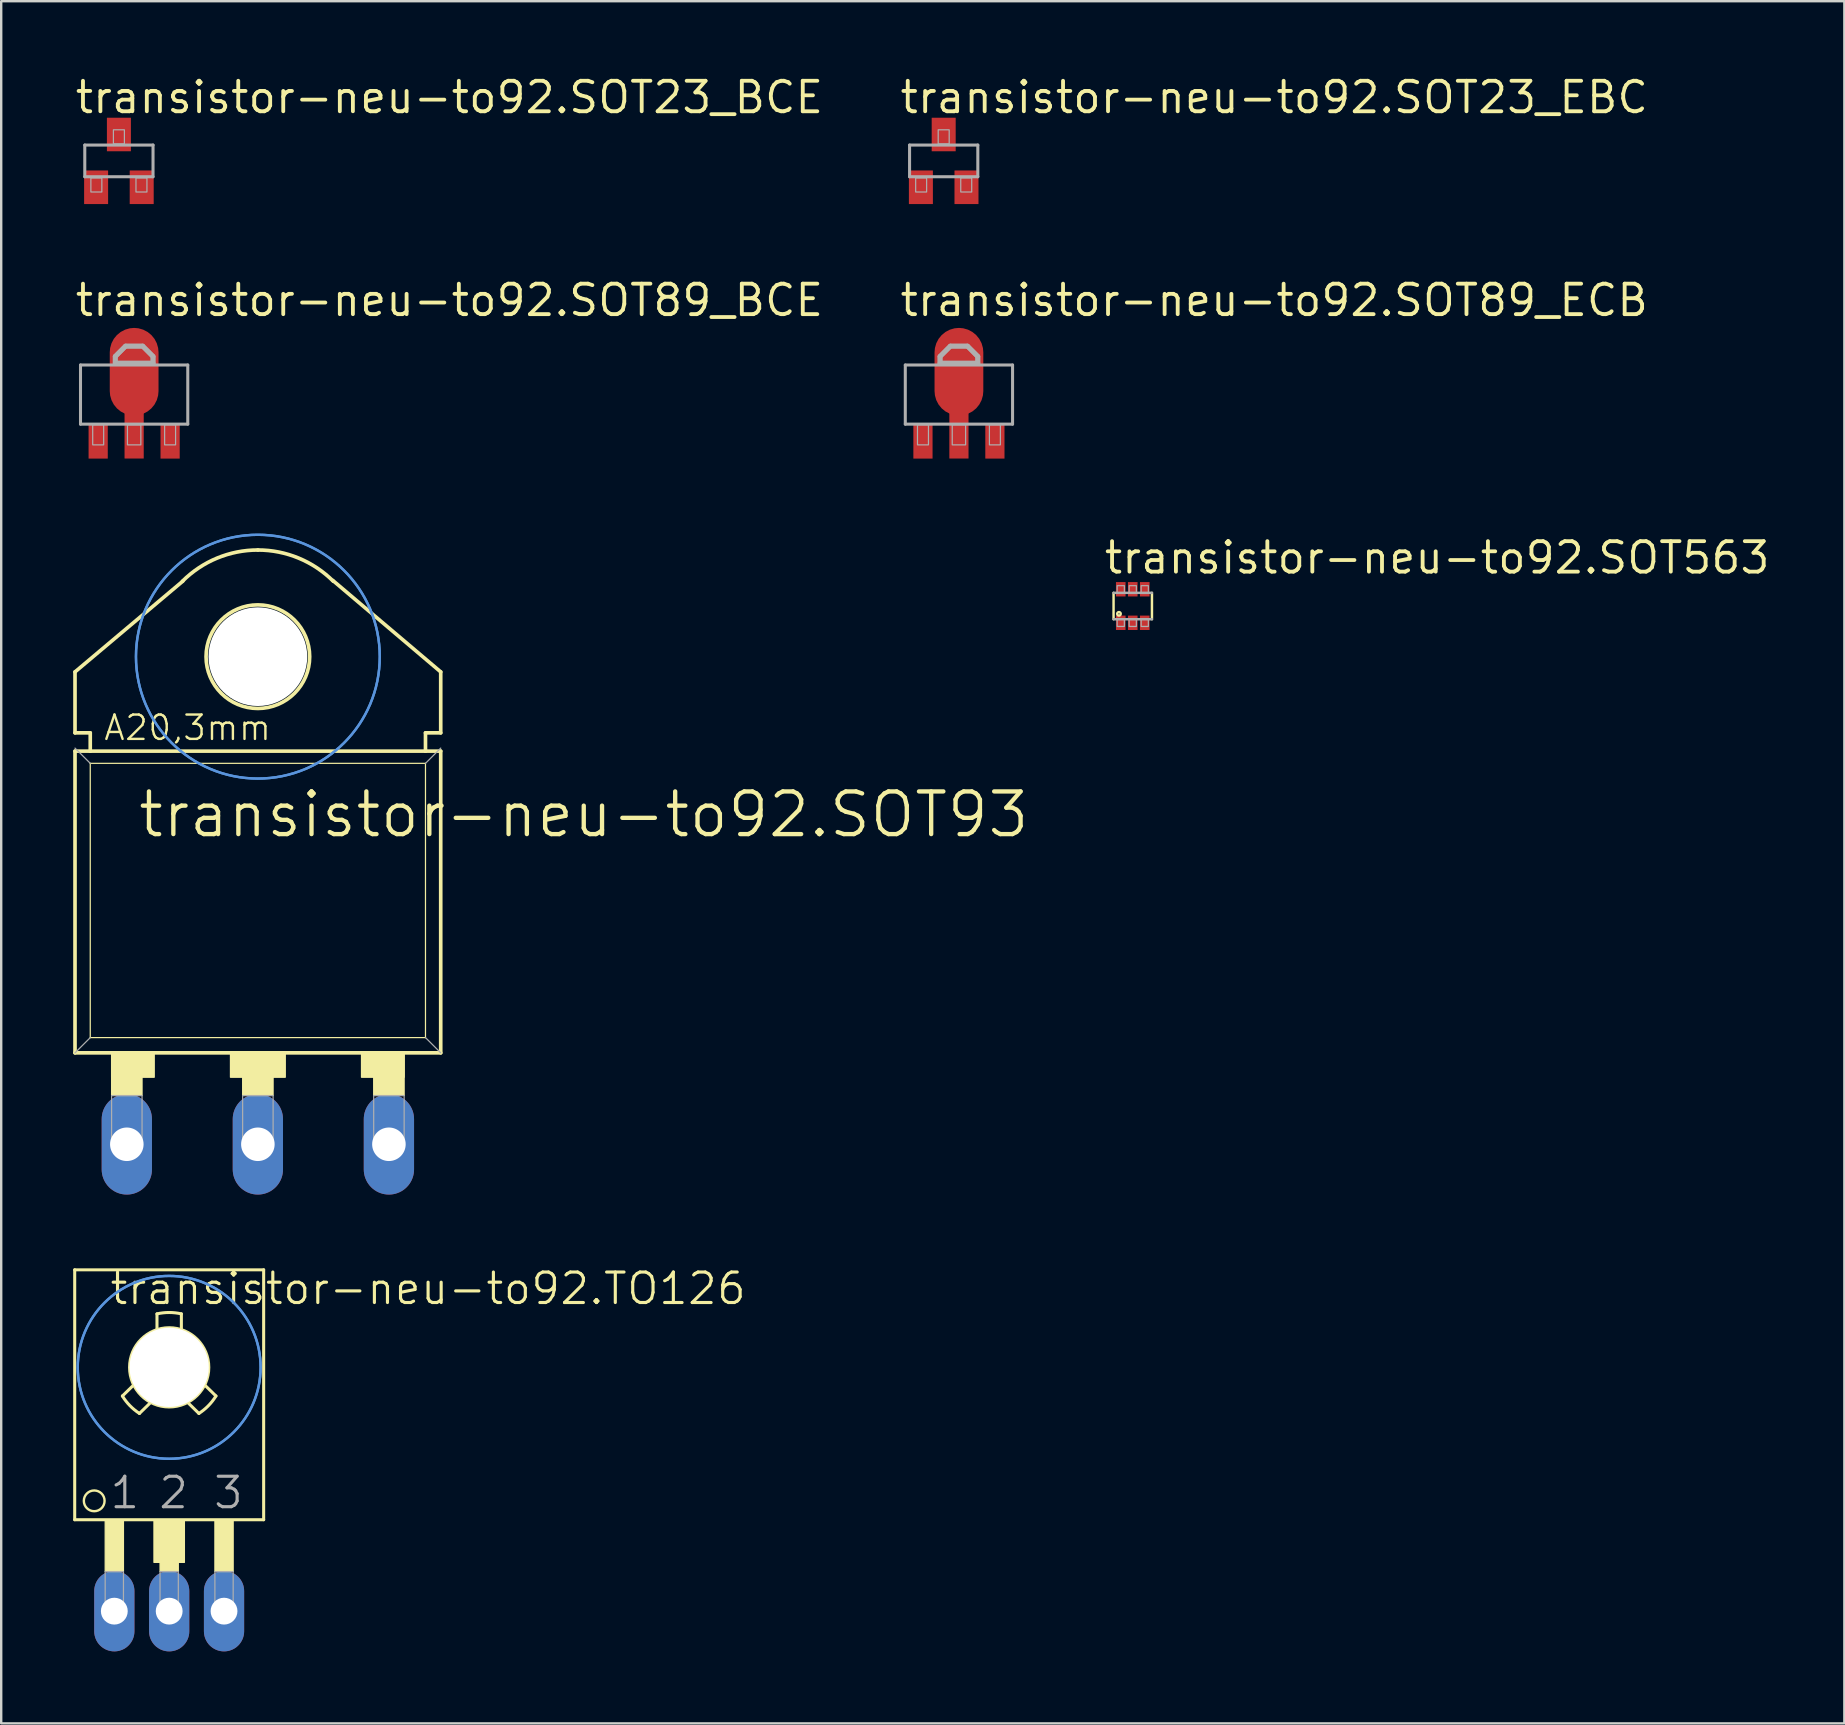
<source format=kicad_pcb>
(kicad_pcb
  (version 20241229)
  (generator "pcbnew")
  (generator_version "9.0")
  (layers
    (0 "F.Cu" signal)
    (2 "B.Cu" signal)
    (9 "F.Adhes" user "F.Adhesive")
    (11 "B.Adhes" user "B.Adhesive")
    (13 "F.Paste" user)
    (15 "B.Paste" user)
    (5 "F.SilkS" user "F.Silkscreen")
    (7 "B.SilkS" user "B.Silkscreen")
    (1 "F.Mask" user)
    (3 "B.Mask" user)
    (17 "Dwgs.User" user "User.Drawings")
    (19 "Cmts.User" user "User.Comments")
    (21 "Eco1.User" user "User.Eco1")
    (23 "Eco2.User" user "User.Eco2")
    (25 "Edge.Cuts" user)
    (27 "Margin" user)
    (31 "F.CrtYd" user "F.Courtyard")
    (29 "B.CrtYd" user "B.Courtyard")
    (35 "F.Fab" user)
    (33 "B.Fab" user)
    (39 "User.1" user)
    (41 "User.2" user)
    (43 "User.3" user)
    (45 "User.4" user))
  (footprint "transistor-neu-to92.SOT563"
    (layer "F.Cu")
    (at 44.155 22.205)
    (property "Reference" "transistor-neu-to92.SOT563" (at -1.27 -1.27 0) (layer "F.SilkS") (effects (font (size 1.27 1.27) (thickness 0.16)) (justify left bottom)))
    (attr smd)
    (fp_line (start -0.8 -0.55) (end -0.8 0.55) (stroke (width 0.102) (type default)) (layer "F.SilkS"))
    (fp_line (start 0.8 0.55) (end 0.8 -0.55) (stroke (width 0.102) (type default)) (layer "F.SilkS"))
    (fp_circle (center -0.575 0.325) (end -0.5 0.325) (stroke (width 0.1) (type default)) (fill no) (layer "F.SilkS"))
    (fp_line (start -0.8 -0.55) (end 0.8 -0.55) (stroke (width 0.102) (type default)) (layer "F.Fab"))
    (fp_line (start -0.8 0.55) (end 0.8 0.55) (stroke (width 0.102) (type default)) (layer "F.Fab"))
    (fp_rect (start -0.65 -0.55) (end -0.35 -0.85) (stroke (width 0.05) (type default)) (fill no) (layer "F.Fab"))
    (fp_rect (start -0.65 0.85) (end -0.35 0.55) (stroke (width 0.05) (type default)) (fill no) (layer "F.Fab"))
    (fp_rect (start -0.15 -0.55) (end 0.15 -0.85) (stroke (width 0.05) (type default)) (fill no) (layer "F.Fab"))
    (fp_rect (start -0.15 0.85) (end 0.15 0.55) (stroke (width 0.05) (type default)) (fill no) (layer "F.Fab"))
    (fp_rect (start 0.35 -0.55) (end 0.65 -0.85) (stroke (width 0.05) (type default)) (fill no) (layer "F.Fab"))
    (fp_rect (start 0.35 0.85) (end 0.65 0.55) (stroke (width 0.05) (type default)) (fill no) (layer "F.Fab"))
    (pad "1" smd roundrect (at -0.5 0.7) (size 0.4 0.6) (layers "F.Cu" "F.Mask" "F.Paste") (roundrect_rratio 0.01))
    (pad "2" smd roundrect (at 0 0.7) (size 0.4 0.6) (layers "F.Cu" "F.Mask" "F.Paste") (roundrect_rratio 0.01))
    (pad "3" smd roundrect (at 0.5 0.7) (size 0.4 0.6) (layers "F.Cu" "F.Mask" "F.Paste") (roundrect_rratio 0.01))
    (pad "4" smd roundrect (at 0.5 -0.7 180) (size 0.4 0.6) (layers "F.Cu" "F.Mask" "F.Paste") (roundrect_rratio 0.01))
    (pad "5" smd roundrect (at 0 -0.7 180) (size 0.4 0.6) (layers "F.Cu" "F.Mask" "F.Paste") (roundrect_rratio 0.01))
    (pad "6" smd roundrect (at -0.5 -0.7 180) (size 0.4 0.6) (layers "F.Cu" "F.Mask" "F.Paste") (roundrect_rratio 0.01)))
  (footprint "transistor-neu-to92.TO126"
    (layer "F.Cu")
    (at 4 59.011)
    (property "Reference" "transistor-neu-to92.TO126" (at -2.54 -7.62 0) (layer "F.SilkS") (effects (font (size 1.27 1.27) (thickness 0.13)) (justify left bottom)))
    (attr through_hole)
    (fp_line (start -3.937 -9.144) (end 3.937 -9.144) (stroke (width 0.127) (type default)) (layer "F.SilkS"))
    (fp_line (start -3.937 1.27) (end -3.937 -9.144) (stroke (width 0.127) (type default)) (layer "F.SilkS"))
    (fp_line (start -3.937 1.27) (end 3.937 1.27) (stroke (width 0.127) (type default)) (layer "F.SilkS"))
    (fp_line (start -1.479 -4.346) (end -1.949 -3.886) (stroke (width 0.127) (type default)) (layer "F.SilkS"))
    (fp_line (start -0.769 -3.619) (end -1.239 -3.159) (stroke (width 0.127) (type default)) (layer "F.SilkS"))
    (fp_line (start -0.508 -6.651) (end -0.508 -7.309) (stroke (width 0.127) (type default)) (layer "F.SilkS"))
    (fp_line (start 0.508 -6.651) (end 0.508 -7.309) (stroke (width 0.127) (type default)) (layer "F.SilkS"))
    (fp_line (start 0.769 -3.619) (end 1.239 -3.159) (stroke (width 0.127) (type default)) (layer "F.SilkS"))
    (fp_line (start 1.479 -4.346) (end 1.949 -3.886) (stroke (width 0.127) (type default)) (layer "F.SilkS"))
    (fp_line (start 3.937 -9.144) (end 3.937 1.27) (stroke (width 0.127) (type default)) (layer "F.SilkS"))
    (fp_rect (start -2.667 3.429) (end -1.905 1.27) (stroke (width 0.05) (type default)) (fill yes) (layer "F.SilkS"))
    (fp_rect (start -0.635 3.048) (end 0.635 1.27) (stroke (width 0.05) (type default)) (fill yes) (layer "F.SilkS"))
    (fp_rect (start -0.381 3.429) (end 0.381 1.27) (stroke (width 0.05) (type default)) (fill yes) (layer "F.SilkS"))
    (fp_rect (start 1.905 3.429) (end 2.667 1.27) (stroke (width 0.05) (type default)) (fill yes) (layer "F.SilkS"))
    (fp_arc (start -1.2393 -3.1591) (mid -1.635181 -3.482509) (end -1.9493 -3.8858) (stroke (width 0.127) (type default)) (layer "F.SilkS"))
    (fp_arc (start -0.508 -7.3088) (mid 0 -7.36596) (end 0.508 -7.3088) (stroke (width 0.127) (type default)) (layer "F.SilkS"))
    (fp_arc (start 1.9493 -3.8858) (mid 1.635181 -3.482509) (end 1.2393 -3.1591) (stroke (width 0.127) (type default)) (layer "F.SilkS"))
    (fp_circle (center -3.124 0.483) (end -2.692 0.483) (stroke (width 0.1) (type default)) (fill no) (layer "F.SilkS"))
    (fp_circle (center 0 -5.08) (end 1.651 -5.08) (stroke (width 0.127) (type default)) (fill no) (layer "F.SilkS"))
    (fp_circle (center 0 -5.08) (end 3.81 -5.08) (stroke (width 0.1) (type default)) (fill no) (layer "Cmts.User"))
    (fp_circle (center 0 -5.08) (end 3.81 -5.08) (stroke (width 0.1) (type default)) (fill no) (layer "Cmts.User"))
    (fp_rect (start -2.667 5.207) (end -1.905 3.429) (stroke (width 0.05) (type default)) (fill no) (layer "F.Fab"))
    (fp_rect (start -0.381 5.207) (end 0.381 3.429) (stroke (width 0.05) (type default)) (fill no) (layer "F.Fab"))
    (fp_rect (start 1.905 5.207) (end 2.667 3.429) (stroke (width 0.05) (type default)) (fill no) (layer "F.Fab"))
    (fp_text user "2" (at -0.508 0.889 0) (layer "F.Fab") (effects (font (size 1.27 1.27) (thickness 0.13)) (justify left bottom)))
    (fp_text user "3" (at 1.778 0.889 0) (layer "F.Fab") (effects (font (size 1.27 1.27) (thickness 0.13)) (justify left bottom)))
    (fp_text user "1" (at -2.54 0.889 0) (layer "F.Fab") (effects (font (size 1.27 1.27) (thickness 0.13)) (justify left bottom)))
    (pad "" np_thru_hole circle (at 0 -5.08) (size 3.302 3.302) (drill 3.302) (layers "*.Cu" "*.Mask"))
    (pad "1" thru_hole oval (at -2.286 5.08 90) (size 3.353 1.676) (drill 1.118) (layers "*.Cu" "*.Mask"))
    (pad "2" thru_hole oval (at 0 5.08 90) (size 3.353 1.676) (drill 1.118) (layers "*.Cu" "*.Mask"))
    (pad "3" thru_hole oval (at 2.286 5.08 90) (size 3.353 1.676) (drill 1.118) (layers "*.Cu" "*.Mask")))
  (footprint "transistor-neu-to92.SOT89_ECB"
    (layer "F.Cu")
    (at 36.911 13.38)
    (property "Reference" "transistor-neu-to92.SOT89_ECB" (at -2.54 -3.175 0) (layer "F.SilkS") (effects (font (size 1.27 1.27) (thickness 0.16)) (justify left bottom)))
    (attr smd)
    (fp_rect (start -0.5 2.78) (end 0.5 1.18) (stroke (width 0.05) (type default)) (fill yes) (layer "F.Mask"))
    (fp_rect (start -0.4 2.68) (end 0.4 1.28) (stroke (width 0.05) (type default)) (fill yes) (layer "F.Paste"))
    (fp_line (start -2.235 -1.219) (end 2.235 -1.219) (stroke (width 0.127) (type default)) (layer "F.Fab"))
    (fp_line (start -2.235 1.245) (end -2.235 -1.219) (stroke (width 0.127) (type default)) (layer "F.Fab"))
    (fp_line (start -0.787 -1.575) (end -0.356 -2.007) (stroke (width 0.2) (type default)) (layer "F.Fab"))
    (fp_line (start -0.787 -1.295) (end -0.787 -1.575) (stroke (width 0.2) (type default)) (layer "F.Fab"))
    (fp_line (start -0.356 -2.007) (end 0.356 -2.007) (stroke (width 0.2) (type default)) (layer "F.Fab"))
    (fp_line (start 0.356 -2.007) (end 0.787 -1.575) (stroke (width 0.2) (type default)) (layer "F.Fab"))
    (fp_line (start 0.787 -1.575) (end 0.787 -1.295) (stroke (width 0.2) (type default)) (layer "F.Fab"))
    (fp_line (start 0.787 -1.295) (end -0.787 -1.295) (stroke (width 0.2) (type default)) (layer "F.Fab"))
    (fp_line (start 2.235 -1.219) (end 2.235 1.245) (stroke (width 0.127) (type default)) (layer "F.Fab"))
    (fp_line (start 2.235 1.245) (end -2.235 1.245) (stroke (width 0.127) (type default)) (layer "F.Fab"))
    (fp_rect (start -1.727 2.108) (end -1.27 1.27) (stroke (width 0.05) (type default)) (fill no) (layer "F.Fab"))
    (fp_rect (start -0.279 2.108) (end 0.279 1.27) (stroke (width 0.05) (type default)) (fill no) (layer "F.Fab"))
    (fp_rect (start 1.27 2.108) (end 1.727 1.27) (stroke (width 0.05) (type default)) (fill no) (layer "F.Fab"))
    (fp_poly (pts (xy -0.787 -1.321) (xy -0.787 -1.575) (xy -0.356 -2.007) (xy 0.305 -2.007) (xy 0.356 -2.007) (xy 0.787 -1.575) (xy 0.787 -1.295) (xy -0.787 -1.295)) (stroke (width 0.2) (type default)) (fill no) (layer "F.Fab"))
    (pad "B" smd roundrect (at 1.499 1.981) (size 0.8 1.4) (layers "F.Cu" "F.Mask" "F.Paste") (roundrect_rratio 0.01))
    (pad "C" smd roundrect (at 0 1.727) (size 0.8 1.9) (layers "F.Cu" "F.Mask" "F.Paste") (roundrect_rratio 0.01))
    (pad "C@1" smd roundrect (at 0 -0.94) (size 2.032 3.65) (layers "F.Cu" "F.Mask" "F.Paste") (roundrect_rratio 0.5))
    (pad "E" smd roundrect (at -1.499 1.981) (size 0.8 1.4) (layers "F.Cu" "F.Mask" "F.Paste") (roundrect_rratio 0.01)))
  (footprint "transistor-neu-to92.SOT23_BCE"
    (layer "F.Cu")
    (at 1.905 3.655)
    (property "Reference" "transistor-neu-to92.SOT23_BCE" (at -1.905 -1.905 0) (layer "F.SilkS") (effects (font (size 1.27 1.27) (thickness 0.16)) (justify left bottom)))
    (attr smd)
    (fp_line (start -1.422 -0.66) (end 1.422 -0.66) (stroke (width 0.127) (type default)) (layer "F.Fab"))
    (fp_line (start -1.422 0.66) (end -1.422 -0.66) (stroke (width 0.127) (type default)) (layer "F.Fab"))
    (fp_line (start 1.422 -0.66) (end 1.422 0.66) (stroke (width 0.127) (type default)) (layer "F.Fab"))
    (fp_line (start 1.422 0.66) (end -1.422 0.66) (stroke (width 0.127) (type default)) (layer "F.Fab"))
    (fp_rect (start -1.168 1.295) (end -0.711 0.711) (stroke (width 0.05) (type default)) (fill no) (layer "F.Fab"))
    (fp_rect (start -0.229 -0.711) (end 0.229 -1.295) (stroke (width 0.05) (type default)) (fill no) (layer "F.Fab"))
    (fp_rect (start 0.711 1.295) (end 1.168 0.711) (stroke (width 0.05) (type default)) (fill no) (layer "F.Fab"))
    (pad "B" smd roundrect (at -0.95 1.1) (size 1 1.4) (layers "F.Cu" "F.Mask" "F.Paste") (roundrect_rratio 0.01))
    (pad "C" smd roundrect (at 0.95 1.1) (size 1 1.4) (layers "F.Cu" "F.Mask" "F.Paste") (roundrect_rratio 0.01))
    (pad "E" smd roundrect (at 0 -1.1) (size 1 1.4) (layers "F.Cu" "F.Mask" "F.Paste") (roundrect_rratio 0.01)))
  (footprint "transistor-neu-to92.SOT23_EBC"
    (layer "F.Cu")
    (at 36.276 3.655)
    (property "Reference" "transistor-neu-to92.SOT23_EBC" (at -1.905 -1.905 0) (layer "F.SilkS") (effects (font (size 1.27 1.27) (thickness 0.16)) (justify left bottom)))
    (attr smd)
    (fp_line (start -1.422 -0.66) (end 1.422 -0.66) (stroke (width 0.127) (type default)) (layer "F.Fab"))
    (fp_line (start -1.422 0.66) (end -1.422 -0.66) (stroke (width 0.127) (type default)) (layer "F.Fab"))
    (fp_line (start 1.422 -0.66) (end 1.422 0.66) (stroke (width 0.127) (type default)) (layer "F.Fab"))
    (fp_line (start 1.422 0.66) (end -1.422 0.66) (stroke (width 0.127) (type default)) (layer "F.Fab"))
    (fp_rect (start -1.168 1.295) (end -0.711 0.711) (stroke (width 0.05) (type default)) (fill no) (layer "F.Fab"))
    (fp_rect (start -0.229 -0.711) (end 0.229 -1.295) (stroke (width 0.05) (type default)) (fill no) (layer "F.Fab"))
    (fp_rect (start 0.711 1.295) (end 1.168 0.711) (stroke (width 0.05) (type default)) (fill no) (layer "F.Fab"))
    (pad "B" smd roundrect (at 0.95 1.1) (size 1 1.4) (layers "F.Cu" "F.Mask" "F.Paste") (roundrect_rratio 0.01))
    (pad "C" smd roundrect (at 0 -1.1) (size 1 1.4) (layers "F.Cu" "F.Mask" "F.Paste") (roundrect_rratio 0.01))
    (pad "E" smd roundrect (at -0.95 1.1) (size 1 1.4) (layers "F.Cu" "F.Mask" "F.Paste") (roundrect_rratio 0.01)))
  (footprint "transistor-neu-to92.SOT89_BCE"
    (layer "F.Cu")
    (at 2.54 13.38)
    (property "Reference" "transistor-neu-to92.SOT89_BCE" (at -2.54 -3.175 0) (layer "F.SilkS") (effects (font (size 1.27 1.27) (thickness 0.16)) (justify left bottom)))
    (attr smd)
    (fp_rect (start -0.5 2.78) (end 0.5 1.18) (stroke (width 0.05) (type default)) (fill yes) (layer "F.Mask"))
    (fp_rect (start -0.4 2.68) (end 0.4 1.28) (stroke (width 0.05) (type default)) (fill yes) (layer "F.Paste"))
    (fp_line (start -2.235 -1.219) (end 2.235 -1.219) (stroke (width 0.127) (type default)) (layer "F.Fab"))
    (fp_line (start -2.235 1.245) (end -2.235 -1.219) (stroke (width 0.127) (type default)) (layer "F.Fab"))
    (fp_line (start -0.787 -1.575) (end -0.356 -2.007) (stroke (width 0.2) (type default)) (layer "F.Fab"))
    (fp_line (start -0.787 -1.295) (end -0.787 -1.575) (stroke (width 0.2) (type default)) (layer "F.Fab"))
    (fp_line (start -0.356 -2.007) (end 0.356 -2.007) (stroke (width 0.2) (type default)) (layer "F.Fab"))
    (fp_line (start 0.356 -2.007) (end 0.787 -1.575) (stroke (width 0.2) (type default)) (layer "F.Fab"))
    (fp_line (start 0.787 -1.575) (end 0.787 -1.295) (stroke (width 0.2) (type default)) (layer "F.Fab"))
    (fp_line (start 0.787 -1.295) (end -0.787 -1.295) (stroke (width 0.2) (type default)) (layer "F.Fab"))
    (fp_line (start 2.235 -1.219) (end 2.235 1.245) (stroke (width 0.127) (type default)) (layer "F.Fab"))
    (fp_line (start 2.235 1.245) (end -2.235 1.245) (stroke (width 0.127) (type default)) (layer "F.Fab"))
    (fp_rect (start -1.727 2.108) (end -1.27 1.27) (stroke (width 0.05) (type default)) (fill no) (layer "F.Fab"))
    (fp_rect (start -0.279 2.108) (end 0.279 1.27) (stroke (width 0.05) (type default)) (fill no) (layer "F.Fab"))
    (fp_rect (start 1.27 2.108) (end 1.727 1.27) (stroke (width 0.05) (type default)) (fill no) (layer "F.Fab"))
    (fp_poly (pts (xy -0.787 -1.321) (xy -0.787 -1.575) (xy -0.356 -2.007) (xy 0.305 -2.007) (xy 0.356 -2.007) (xy 0.787 -1.575) (xy 0.787 -1.295) (xy -0.787 -1.295)) (stroke (width 0.2) (type default)) (fill no) (layer "F.Fab"))
    (pad "B" smd roundrect (at -1.499 1.981) (size 0.8 1.4) (layers "F.Cu" "F.Mask" "F.Paste") (roundrect_rratio 0.01))
    (pad "C" smd roundrect (at 0 1.727) (size 0.8 1.9) (layers "F.Cu" "F.Mask" "F.Paste") (roundrect_rratio 0.01))
    (pad "C@1" smd roundrect (at 0 -0.94) (size 2.032 3.65) (layers "F.Cu" "F.Mask" "F.Paste") (roundrect_rratio 0.5))
    (pad "E" smd roundrect (at 1.499 1.981) (size 0.8 1.4) (layers "F.Cu" "F.Mask" "F.Paste") (roundrect_rratio 0.01)))
  (footprint "transistor-neu-to92.SOT93"
    (layer "F.Cu")
    (at 7.696 34.475)
    (property "Reference" "transistor-neu-to92.SOT93" (at -5.08 -2.54 0) (layer "F.SilkS") (effects (font (size 1.778 1.778) (thickness 0.18)) (justify left bottom)))
    (attr through_hole)
    (fp_line (start -7.62 -9.525) (end -3.124 -13.31) (stroke (width 0.152) (type default)) (layer "F.SilkS"))
    (fp_line (start -7.62 -6.985) (end -7.62 -9.525) (stroke (width 0.152) (type default)) (layer "F.SilkS"))
    (fp_line (start -7.62 6.35) (end -7.62 -6.223) (stroke (width 0.152) (type default)) (layer "F.SilkS"))
    (fp_line (start -7.62 6.35) (end 7.62 6.35) (stroke (width 0.152) (type default)) (layer "F.SilkS"))
    (fp_line (start -6.985 -6.985) (end -7.62 -6.985) (stroke (width 0.152) (type default)) (layer "F.SilkS"))
    (fp_line (start -6.985 -6.223) (end -7.62 -6.223) (stroke (width 0.152) (type default)) (layer "F.SilkS"))
    (fp_line (start -6.985 -6.223) (end -6.985 -6.985) (stroke (width 0.152) (type default)) (layer "F.SilkS"))
    (fp_line (start -6.985 5.715) (end -6.985 -5.715) (stroke (width 0.051) (type default)) (layer "F.SilkS"))
    (fp_line (start -6.985 5.715) (end 6.985 5.715) (stroke (width 0.051) (type default)) (layer "F.SilkS"))
    (fp_line (start 6.985 -6.985) (end 7.62 -6.985) (stroke (width 0.152) (type default)) (layer "F.SilkS"))
    (fp_line (start 6.985 -6.223) (end -6.985 -6.223) (stroke (width 0.152) (type default)) (layer "F.SilkS"))
    (fp_line (start 6.985 -6.223) (end 6.985 -6.985) (stroke (width 0.152) (type default)) (layer "F.SilkS"))
    (fp_line (start 6.985 -5.715) (end -6.985 -5.715) (stroke (width 0.051) (type default)) (layer "F.SilkS"))
    (fp_line (start 6.985 -5.715) (end 6.985 5.715) (stroke (width 0.051) (type default)) (layer "F.SilkS"))
    (fp_line (start 7.62 -9.525) (end 3.124 -13.335) (stroke (width 0.152) (type default)) (layer "F.SilkS"))
    (fp_line (start 7.62 -6.985) (end 7.62 -9.525) (stroke (width 0.152) (type default)) (layer "F.SilkS"))
    (fp_line (start 7.62 -6.223) (end 6.985 -6.223) (stroke (width 0.152) (type default)) (layer "F.SilkS"))
    (fp_line (start 7.62 -6.223) (end 7.62 6.35) (stroke (width 0.152) (type default)) (layer "F.SilkS"))
    (fp_rect (start -6.096 7.366) (end -4.318 6.35) (stroke (width 0.05) (type default)) (fill yes) (layer "F.SilkS"))
    (fp_rect (start -6.096 8.128) (end -4.826 6.35) (stroke (width 0.05) (type default)) (fill yes) (layer "F.SilkS"))
    (fp_rect (start -1.143 7.366) (end 1.143 6.35) (stroke (width 0.05) (type default)) (fill yes) (layer "F.SilkS"))
    (fp_rect (start -0.635 8.128) (end 0.635 6.35) (stroke (width 0.05) (type default)) (fill yes) (layer "F.SilkS"))
    (fp_rect (start 4.318 7.366) (end 6.096 6.35) (stroke (width 0.05) (type default)) (fill yes) (layer "F.SilkS"))
    (fp_rect (start 4.826 8.128) (end 6.096 6.35) (stroke (width 0.05) (type default)) (fill yes) (layer "F.SilkS"))
    (fp_arc (start -3.1431 -13.3031) (mid -1.701032 -14.266651) (end 0 -14.605) (stroke (width 0.1524) (type default)) (layer "F.SilkS"))
    (fp_arc (start 0 -14.605) (mid 1.701032 -14.266651) (end 3.1431 -13.3031) (stroke (width 0.1524) (type default)) (layer "F.SilkS"))
    (fp_circle (center 0 -10.16) (end 2.159 -10.16) (stroke (width 0.152) (type default)) (fill no) (layer "F.SilkS"))
    (fp_circle (center 0 -10.16) (end 5.08 -10.16) (stroke (width 0.1) (type default)) (fill no) (layer "Cmts.User"))
    (fp_circle (center 0 -10.16) (end 5.08 -10.16) (stroke (width 0.1) (type default)) (fill no) (layer "Cmts.User"))
    (fp_line (start -6.985 -5.715) (end -7.62 -6.35) (stroke (width 0.051) (type default)) (layer "F.Fab"))
    (fp_line (start -6.985 5.715) (end -7.62 6.35) (stroke (width 0.051) (type default)) (layer "F.Fab"))
    (fp_line (start 6.985 -5.715) (end 7.62 -6.35) (stroke (width 0.051) (type default)) (layer "F.Fab"))
    (fp_line (start 6.985 5.715) (end 7.62 6.35) (stroke (width 0.051) (type default)) (layer "F.Fab"))
    (fp_rect (start -6.096 10.287) (end -4.826 8.128) (stroke (width 0.05) (type default)) (fill no) (layer "F.Fab"))
    (fp_rect (start -0.635 10.287) (end 0.635 8.128) (stroke (width 0.05) (type default)) (fill no) (layer "F.Fab"))
    (fp_rect (start 4.826 10.287) (end 6.096 8.128) (stroke (width 0.05) (type default)) (fill no) (layer "F.Fab"))
    (fp_text user "A20,3mm" (at -6.477 -6.604 0) (layer "F.SilkS") (effects (font (size 1.016 1.016) (thickness 0.1)) (justify left bottom)))
    (pad "" np_thru_hole circle (at 0 -10.16) (size 4.115 4.115) (drill 4.115) (layers "*.Cu" "*.Mask"))
    (pad "B" thru_hole oval (at -5.461 10.16 90) (size 4.191 2.095) (drill 1.397) (layers "*.Cu" "*.Mask"))
    (pad "C" thru_hole oval (at 0 10.16 90) (size 4.191 2.095) (drill 1.397) (layers "*.Cu" "*.Mask"))
    (pad "E" thru_hole oval (at 5.461 10.16 90) (size 4.191 2.095) (drill 1.397) (layers "*.Cu" "*.Mask")))
  (gr_rect
    (start -3 -3)
    (end 73.809 68.767)
    (stroke (width 0.1) (type default))
    (fill no)
    (layer "Edge.Cuts")))
</source>
